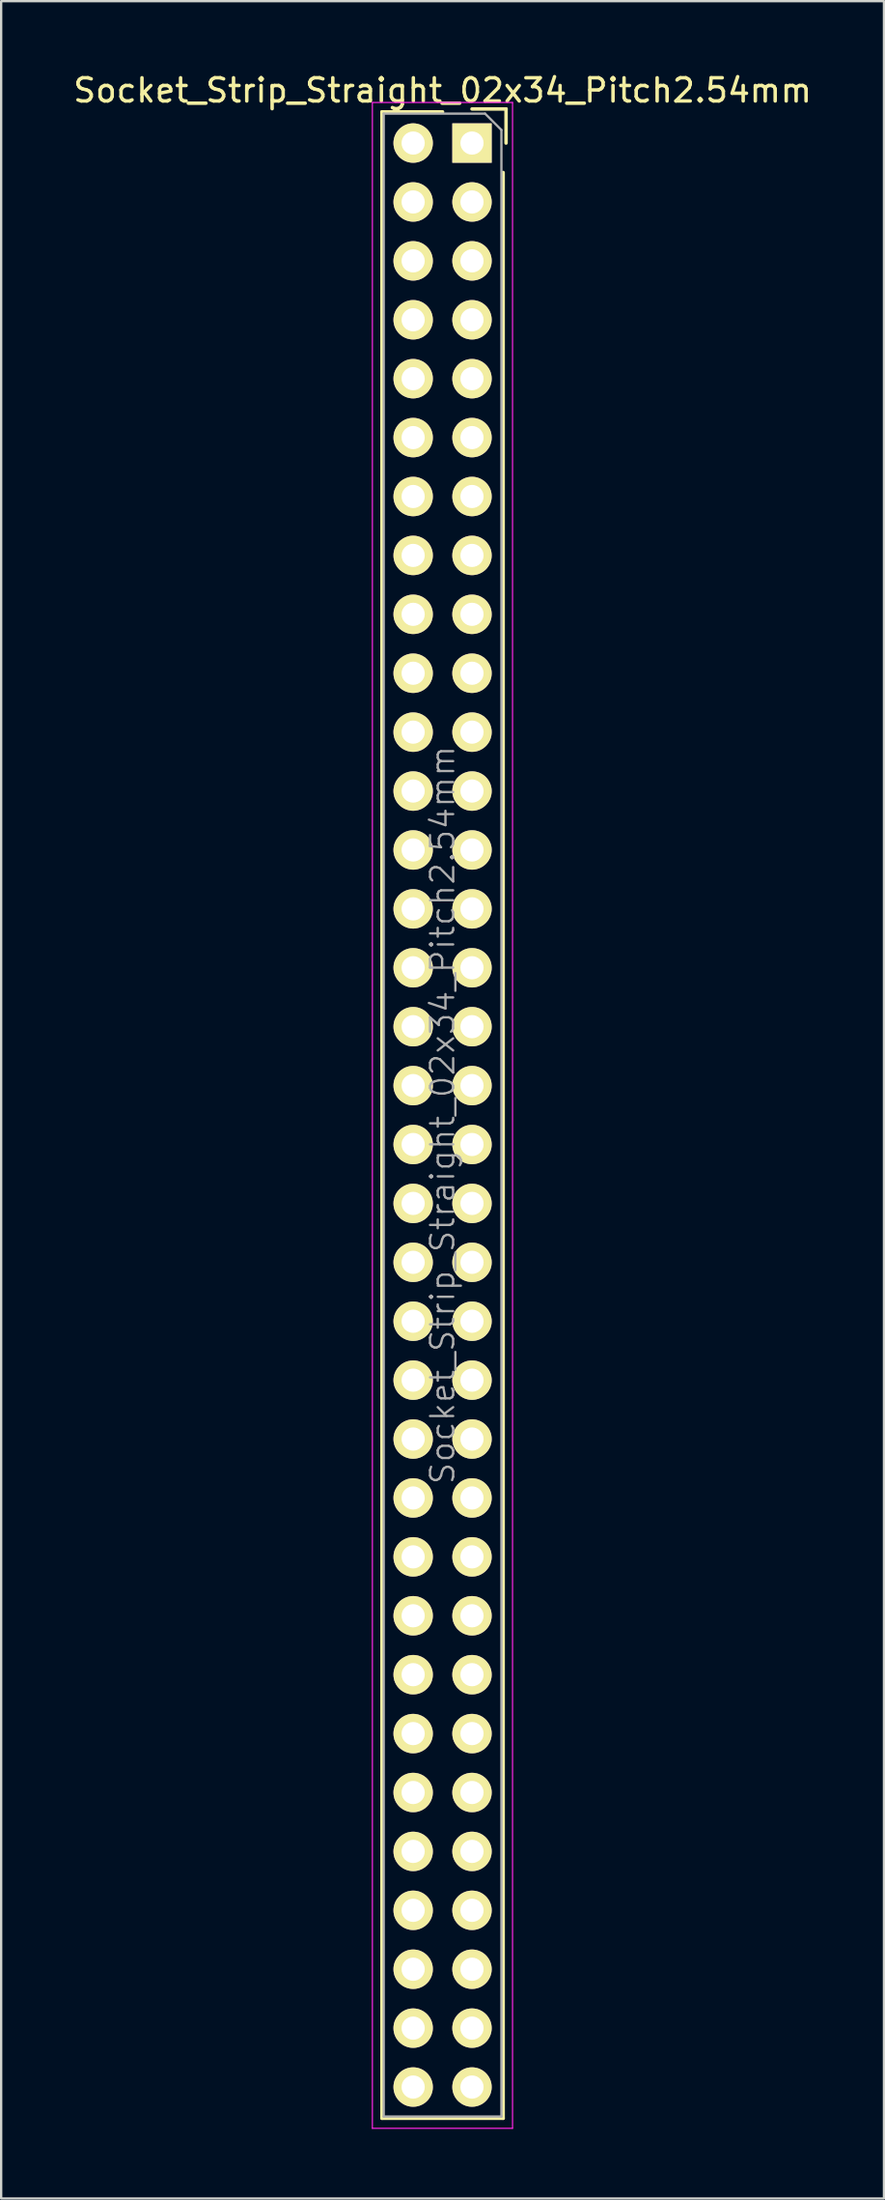
<source format=kicad_pcb>
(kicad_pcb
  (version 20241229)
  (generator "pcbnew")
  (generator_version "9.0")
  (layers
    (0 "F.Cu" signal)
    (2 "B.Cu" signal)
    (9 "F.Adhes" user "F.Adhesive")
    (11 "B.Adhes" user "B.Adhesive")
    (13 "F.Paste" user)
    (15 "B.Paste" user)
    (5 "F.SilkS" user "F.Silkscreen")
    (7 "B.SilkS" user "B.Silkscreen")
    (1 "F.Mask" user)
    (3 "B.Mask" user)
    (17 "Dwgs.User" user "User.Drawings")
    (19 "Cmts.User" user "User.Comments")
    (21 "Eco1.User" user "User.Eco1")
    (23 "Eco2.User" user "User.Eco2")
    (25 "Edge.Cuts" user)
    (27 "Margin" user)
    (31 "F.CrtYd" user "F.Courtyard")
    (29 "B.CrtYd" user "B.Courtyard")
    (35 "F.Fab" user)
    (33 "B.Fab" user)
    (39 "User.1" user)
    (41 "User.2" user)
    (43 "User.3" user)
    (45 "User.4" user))
  (footprint "Socket_Strip_Straight_02x34_Pitch2.54mm"
    (layer "F.Cu")
    (at 17.324 3.118)
    (property "Reference" "Socket_Strip_Straight_02x34_Pitch2.54mm" (at -1.27 -2.27 0) (layer "F.SilkS") (effects (font (size 1 1) (thickness 0.15))))
    (attr smd)
    (fp_line (start -3.885 -1.345) (end -3.885 85.165) (stroke (width 0.15) (type solid)) (layer "F.SilkS"))
    (fp_line (start -1.27 -1.345) (end -3.885 -1.345) (stroke (width 0.15) (type solid)) (layer "F.SilkS"))
    (fp_line (start 1.345 1.27) (end 1.345 85.165) (stroke (width 0.15) (type solid)) (layer "F.SilkS"))
    (fp_line (start 1.345 85.165) (end -3.885 85.165) (stroke (width 0.15) (type solid)) (layer "F.SilkS"))
    (fp_line (start 1.47 -1.47) (end 0 -1.47) (stroke (width 0.15) (type solid)) (layer "F.SilkS"))
    (fp_line (start 1.47 -1.47) (end 1.47 0) (stroke (width 0.15) (type solid)) (layer "F.SilkS"))
    (fp_line (start -4.3 -1.75) (end -4.3 85.6) (stroke (width 0.05) (type solid)) (layer "F.CrtYd"))
    (fp_line (start 1.75 -1.75) (end -4.3 -1.75) (stroke (width 0.05) (type solid)) (layer "F.CrtYd"))
    (fp_line (start 1.75 -1.75) (end 1.75 85.6) (stroke (width 0.05) (type solid)) (layer "F.CrtYd"))
    (fp_line (start 1.75 85.6) (end -4.3 85.6) (stroke (width 0.05) (type solid)) (layer "F.CrtYd"))
    (fp_line (start -3.81 -1.27) (end 0.563 -1.27) (stroke (width 0.1) (type solid)) (layer "F.Fab"))
    (fp_line (start -3.81 85.09) (end -3.81 -1.27) (stroke (width 0.1) (type solid)) (layer "F.Fab"))
    (fp_line (start -3.81 85.09) (end 1.27 85.09) (stroke (width 0.1) (type solid)) (layer "F.Fab"))
    (fp_line (start 1.27 -0.563) (end 0.563 -1.27) (stroke (width 0.1) (type solid)) (layer "F.Fab"))
    (fp_line (start 1.27 85.09) (end 1.27 -0.563) (stroke (width 0.1) (type solid)) (layer "F.Fab"))
    (fp_text user "${REFERENCE}" (at -1.27 41.91 90) (layer "F.Fab") (effects (font (size 1 1) (thickness 0.1))))
    (pad "1" thru_hole rect (at 0 0) (size 1.7 1.7) (drill 1) (layers "*.Cu" "*.Mask" "F.SilkS"))
    (pad "2" thru_hole oval (at -2.54 0) (size 1.7 1.7) (drill 1) (layers "*.Cu" "*.Mask" "F.SilkS"))
    (pad "3" thru_hole oval (at 0 2.54) (size 1.7 1.7) (drill 1) (layers "*.Cu" "*.Mask" "F.SilkS"))
    (pad "4" thru_hole oval (at -2.54 2.54) (size 1.7 1.7) (drill 1) (layers "*.Cu" "*.Mask" "F.SilkS"))
    (pad "5" thru_hole oval (at 0 5.08) (size 1.7 1.7) (drill 1) (layers "*.Cu" "*.Mask" "F.SilkS"))
    (pad "6" thru_hole oval (at -2.54 5.08) (size 1.7 1.7) (drill 1) (layers "*.Cu" "*.Mask" "F.SilkS"))
    (pad "7" thru_hole oval (at 0 7.62) (size 1.7 1.7) (drill 1) (layers "*.Cu" "*.Mask" "F.SilkS"))
    (pad "8" thru_hole oval (at -2.54 7.62) (size 1.7 1.7) (drill 1) (layers "*.Cu" "*.Mask" "F.SilkS"))
    (pad "9" thru_hole oval (at 0 10.16) (size 1.7 1.7) (drill 1) (layers "*.Cu" "*.Mask" "F.SilkS"))
    (pad "10" thru_hole oval (at -2.54 10.16) (size 1.7 1.7) (drill 1) (layers "*.Cu" "*.Mask" "F.SilkS"))
    (pad "11" thru_hole oval (at 0 12.7) (size 1.7 1.7) (drill 1) (layers "*.Cu" "*.Mask" "F.SilkS"))
    (pad "12" thru_hole oval (at -2.54 12.7) (size 1.7 1.7) (drill 1) (layers "*.Cu" "*.Mask" "F.SilkS"))
    (pad "13" thru_hole oval (at 0 15.24) (size 1.7 1.7) (drill 1) (layers "*.Cu" "*.Mask" "F.SilkS"))
    (pad "14" thru_hole oval (at -2.54 15.24) (size 1.7 1.7) (drill 1) (layers "*.Cu" "*.Mask" "F.SilkS"))
    (pad "15" thru_hole oval (at 0 17.78) (size 1.7 1.7) (drill 1) (layers "*.Cu" "*.Mask" "F.SilkS"))
    (pad "16" thru_hole oval (at -2.54 17.78) (size 1.7 1.7) (drill 1) (layers "*.Cu" "*.Mask" "F.SilkS"))
    (pad "17" thru_hole oval (at 0 20.32) (size 1.7 1.7) (drill 1) (layers "*.Cu" "*.Mask" "F.SilkS"))
    (pad "18" thru_hole oval (at -2.54 20.32) (size 1.7 1.7) (drill 1) (layers "*.Cu" "*.Mask" "F.SilkS"))
    (pad "19" thru_hole oval (at 0 22.86) (size 1.7 1.7) (drill 1) (layers "*.Cu" "*.Mask" "F.SilkS"))
    (pad "20" thru_hole oval (at -2.54 22.86) (size 1.7 1.7) (drill 1) (layers "*.Cu" "*.Mask" "F.SilkS"))
    (pad "21" thru_hole oval (at 0 25.4) (size 1.7 1.7) (drill 1) (layers "*.Cu" "*.Mask" "F.SilkS"))
    (pad "22" thru_hole oval (at -2.54 25.4) (size 1.7 1.7) (drill 1) (layers "*.Cu" "*.Mask" "F.SilkS"))
    (pad "23" thru_hole oval (at 0 27.94) (size 1.7 1.7) (drill 1) (layers "*.Cu" "*.Mask" "F.SilkS"))
    (pad "24" thru_hole oval (at -2.54 27.94) (size 1.7 1.7) (drill 1) (layers "*.Cu" "*.Mask" "F.SilkS"))
    (pad "25" thru_hole oval (at 0 30.48) (size 1.7 1.7) (drill 1) (layers "*.Cu" "*.Mask" "F.SilkS"))
    (pad "26" thru_hole oval (at -2.54 30.48) (size 1.7 1.7) (drill 1) (layers "*.Cu" "*.Mask" "F.SilkS"))
    (pad "27" thru_hole oval (at 0 33.02) (size 1.7 1.7) (drill 1) (layers "*.Cu" "*.Mask" "F.SilkS"))
    (pad "28" thru_hole oval (at -2.54 33.02) (size 1.7 1.7) (drill 1) (layers "*.Cu" "*.Mask" "F.SilkS"))
    (pad "29" thru_hole oval (at 0 35.56) (size 1.7 1.7) (drill 1) (layers "*.Cu" "*.Mask" "F.SilkS"))
    (pad "30" thru_hole oval (at -2.54 35.56) (size 1.7 1.7) (drill 1) (layers "*.Cu" "*.Mask" "F.SilkS"))
    (pad "31" thru_hole oval (at 0 38.1) (size 1.7 1.7) (drill 1) (layers "*.Cu" "*.Mask" "F.SilkS"))
    (pad "32" thru_hole oval (at -2.54 38.1) (size 1.7 1.7) (drill 1) (layers "*.Cu" "*.Mask" "F.SilkS"))
    (pad "33" thru_hole oval (at 0 40.64) (size 1.7 1.7) (drill 1) (layers "*.Cu" "*.Mask" "F.SilkS"))
    (pad "34" thru_hole oval (at -2.54 40.64) (size 1.7 1.7) (drill 1) (layers "*.Cu" "*.Mask" "F.SilkS"))
    (pad "35" thru_hole oval (at 0 43.18) (size 1.7 1.7) (drill 1) (layers "*.Cu" "*.Mask" "F.SilkS"))
    (pad "36" thru_hole oval (at -2.54 43.18) (size 1.7 1.7) (drill 1) (layers "*.Cu" "*.Mask" "F.SilkS"))
    (pad "37" thru_hole oval (at 0 45.72) (size 1.7 1.7) (drill 1) (layers "*.Cu" "*.Mask" "F.SilkS"))
    (pad "38" thru_hole oval (at -2.54 45.72) (size 1.7 1.7) (drill 1) (layers "*.Cu" "*.Mask" "F.SilkS"))
    (pad "39" thru_hole oval (at 0 48.26) (size 1.7 1.7) (drill 1) (layers "*.Cu" "*.Mask" "F.SilkS"))
    (pad "40" thru_hole oval (at -2.54 48.26) (size 1.7 1.7) (drill 1) (layers "*.Cu" "*.Mask" "F.SilkS"))
    (pad "41" thru_hole oval (at 0 50.8) (size 1.7 1.7) (drill 1) (layers "*.Cu" "*.Mask" "F.SilkS"))
    (pad "42" thru_hole oval (at -2.54 50.8) (size 1.7 1.7) (drill 1) (layers "*.Cu" "*.Mask" "F.SilkS"))
    (pad "43" thru_hole oval (at 0 53.34) (size 1.7 1.7) (drill 1) (layers "*.Cu" "*.Mask" "F.SilkS"))
    (pad "44" thru_hole oval (at -2.54 53.34) (size 1.7 1.7) (drill 1) (layers "*.Cu" "*.Mask" "F.SilkS"))
    (pad "45" thru_hole oval (at 0 55.88) (size 1.7 1.7) (drill 1) (layers "*.Cu" "*.Mask" "F.SilkS"))
    (pad "46" thru_hole oval (at -2.54 55.88) (size 1.7 1.7) (drill 1) (layers "*.Cu" "*.Mask" "F.SilkS"))
    (pad "47" thru_hole oval (at 0 58.42) (size 1.7 1.7) (drill 1) (layers "*.Cu" "*.Mask" "F.SilkS"))
    (pad "48" thru_hole oval (at -2.54 58.42) (size 1.7 1.7) (drill 1) (layers "*.Cu" "*.Mask" "F.SilkS"))
    (pad "49" thru_hole oval (at 0 60.96) (size 1.7 1.7) (drill 1) (layers "*.Cu" "*.Mask" "F.SilkS"))
    (pad "50" thru_hole oval (at -2.54 60.96) (size 1.7 1.7) (drill 1) (layers "*.Cu" "*.Mask" "F.SilkS"))
    (pad "51" thru_hole oval (at 0 63.5) (size 1.7 1.7) (drill 1) (layers "*.Cu" "*.Mask" "F.SilkS"))
    (pad "52" thru_hole oval (at -2.54 63.5) (size 1.7 1.7) (drill 1) (layers "*.Cu" "*.Mask" "F.SilkS"))
    (pad "53" thru_hole oval (at 0 66.04) (size 1.7 1.7) (drill 1) (layers "*.Cu" "*.Mask" "F.SilkS"))
    (pad "54" thru_hole oval (at -2.54 66.04) (size 1.7 1.7) (drill 1) (layers "*.Cu" "*.Mask" "F.SilkS"))
    (pad "55" thru_hole oval (at 0 68.58) (size 1.7 1.7) (drill 1) (layers "*.Cu" "*.Mask" "F.SilkS"))
    (pad "56" thru_hole oval (at -2.54 68.58) (size 1.7 1.7) (drill 1) (layers "*.Cu" "*.Mask" "F.SilkS"))
    (pad "57" thru_hole oval (at 0 71.12) (size 1.7 1.7) (drill 1) (layers "*.Cu" "*.Mask" "F.SilkS"))
    (pad "58" thru_hole oval (at -2.54 71.12) (size 1.7 1.7) (drill 1) (layers "*.Cu" "*.Mask" "F.SilkS"))
    (pad "59" thru_hole oval (at 0 73.66) (size 1.7 1.7) (drill 1) (layers "*.Cu" "*.Mask" "F.SilkS"))
    (pad "60" thru_hole oval (at -2.54 73.66) (size 1.7 1.7) (drill 1) (layers "*.Cu" "*.Mask" "F.SilkS"))
    (pad "61" thru_hole oval (at 0 76.2) (size 1.7 1.7) (drill 1) (layers "*.Cu" "*.Mask" "F.SilkS"))
    (pad "62" thru_hole oval (at -2.54 76.2) (size 1.7 1.7) (drill 1) (layers "*.Cu" "*.Mask" "F.SilkS"))
    (pad "63" thru_hole oval (at 0 78.74) (size 1.7 1.7) (drill 1) (layers "*.Cu" "*.Mask" "F.SilkS"))
    (pad "64" thru_hole oval (at -2.54 78.74) (size 1.7 1.7) (drill 1) (layers "*.Cu" "*.Mask" "F.SilkS"))
    (pad "65" thru_hole oval (at 0 81.28) (size 1.7 1.7) (drill 1) (layers "*.Cu" "*.Mask" "F.SilkS"))
    (pad "66" thru_hole oval (at -2.54 81.28) (size 1.7 1.7) (drill 1) (layers "*.Cu" "*.Mask" "F.SilkS"))
    (pad "67" thru_hole oval (at 0 83.82) (size 1.7 1.7) (drill 1) (layers "*.Cu" "*.Mask" "F.SilkS"))
    (pad "68" thru_hole oval (at -2.54 83.82) (size 1.7 1.7) (drill 1) (layers "*.Cu" "*.Mask" "F.SilkS")))
  (gr_rect
    (start -3 -3)
    (end 35.107 91.743)
    (stroke (width 0.1) (type default))
    (fill no)
    (layer "Edge.Cuts")))
</source>
